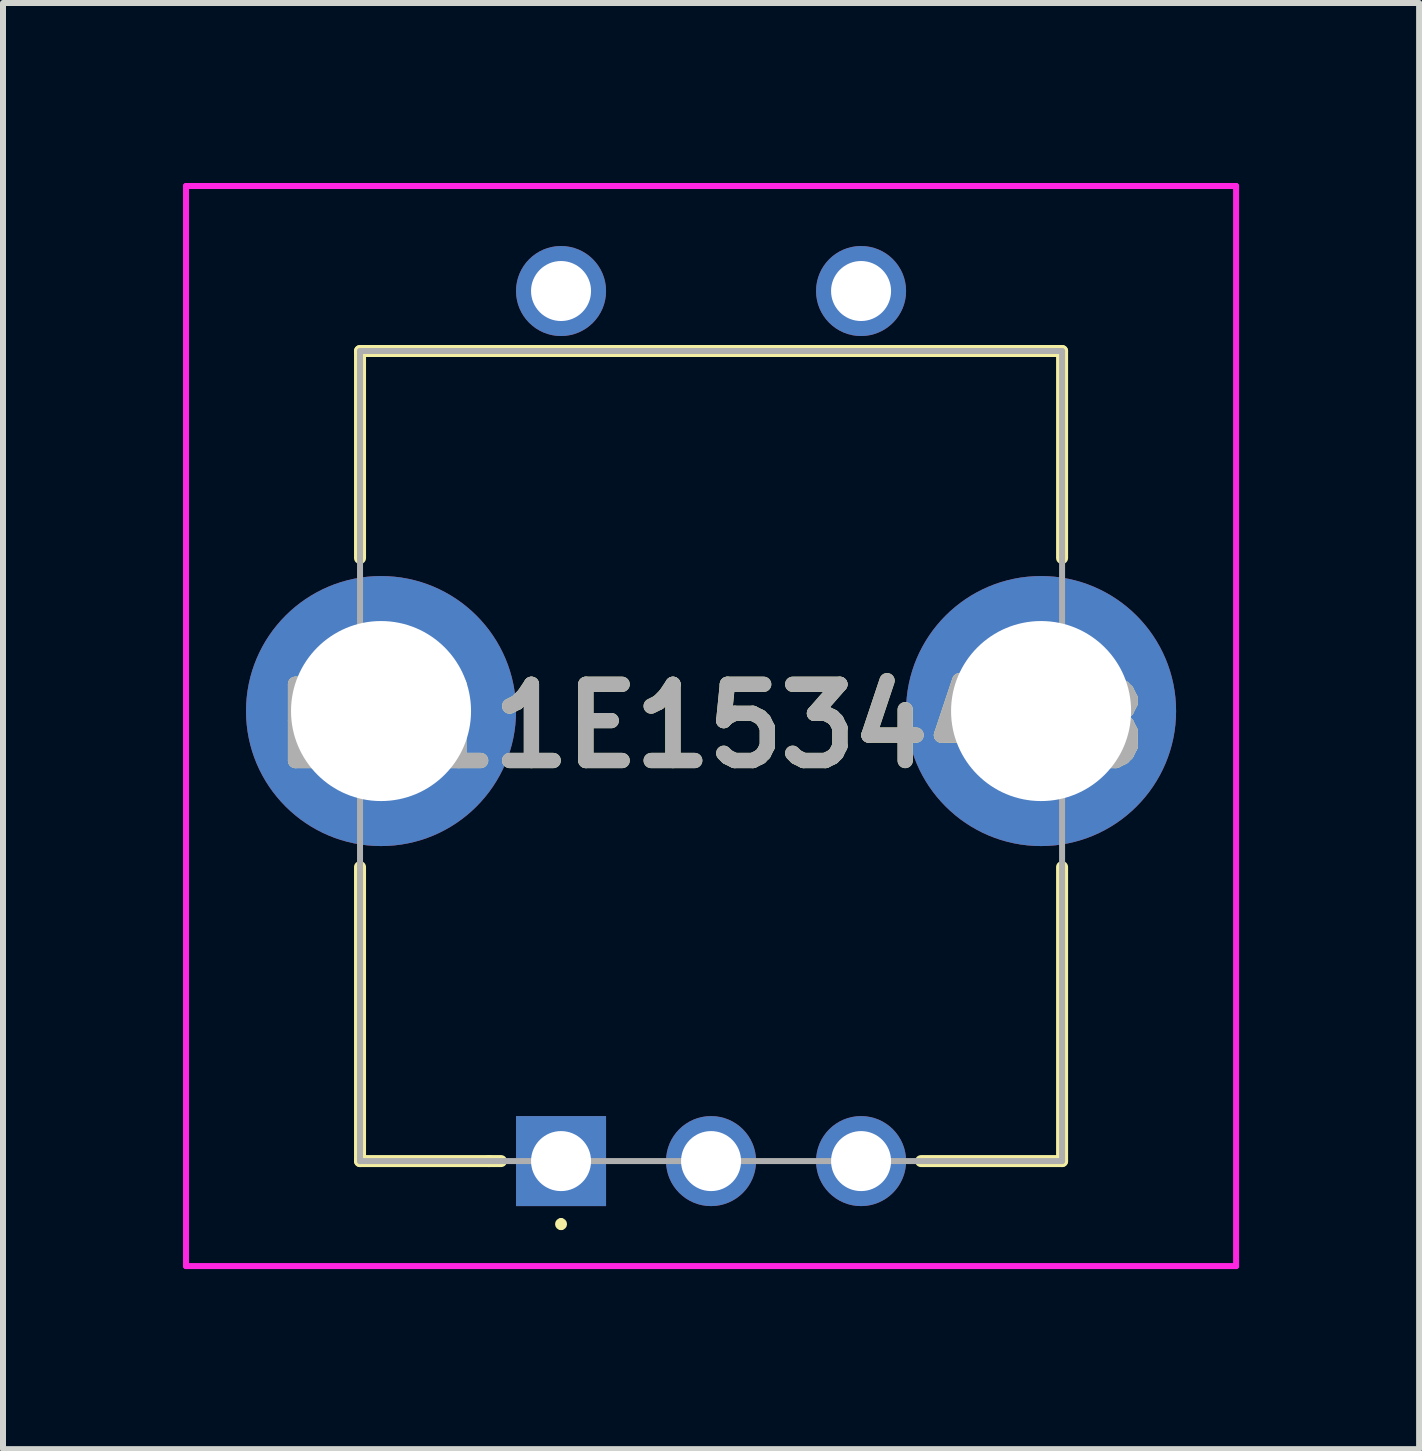
<source format=kicad_pcb>
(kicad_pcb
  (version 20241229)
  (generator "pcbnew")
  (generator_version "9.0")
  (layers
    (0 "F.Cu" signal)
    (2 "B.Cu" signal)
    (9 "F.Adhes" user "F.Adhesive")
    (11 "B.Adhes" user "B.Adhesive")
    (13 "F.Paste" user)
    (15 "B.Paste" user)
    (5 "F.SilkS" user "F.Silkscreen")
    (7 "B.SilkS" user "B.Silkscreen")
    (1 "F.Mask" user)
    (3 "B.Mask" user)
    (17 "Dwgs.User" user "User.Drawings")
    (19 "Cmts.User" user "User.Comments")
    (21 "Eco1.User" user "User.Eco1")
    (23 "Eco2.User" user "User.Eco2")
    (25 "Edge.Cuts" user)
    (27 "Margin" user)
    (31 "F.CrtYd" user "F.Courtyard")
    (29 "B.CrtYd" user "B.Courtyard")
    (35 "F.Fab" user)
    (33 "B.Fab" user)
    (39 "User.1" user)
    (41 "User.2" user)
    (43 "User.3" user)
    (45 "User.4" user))
  (footprint "EC11E1534408"
    (layer "F.Cu")
    (at 6.3 16.3)
    (property "Reference" "EC11E1534408" (at 2.5 -7.25 0) (layer "F.SilkS") (effects (font (size 1.27 1.27) (thickness 0.254))))
    (attr through_hole)
    (fp_line (start -3.35 -13.5) (end 8.35 -13.5) (stroke (width 0.2) (type solid)) (layer "F.SilkS"))
    (fp_line (start -3.35 -10.05) (end -3.35 -13.5) (stroke (width 0.2) (type solid)) (layer "F.SilkS"))
    (fp_line (start -3.35 -4.9) (end -3.35 0) (stroke (width 0.2) (type solid)) (layer "F.SilkS"))
    (fp_line (start -3.35 0) (end -1.2 0) (stroke (width 0.2) (type solid)) (layer "F.SilkS"))
    (fp_line (start -1.2 0) (end -1 0) (stroke (width 0.2) (type solid)) (layer "F.SilkS"))
    (fp_line (start 0 1) (end 0 1) (stroke (width 0.1) (type solid)) (layer "F.SilkS"))
    (fp_line (start 0 1.1) (end 0 1.1) (stroke (width 0.1) (type solid)) (layer "F.SilkS"))
    (fp_line (start 8.35 -13.5) (end 8.35 -10.05) (stroke (width 0.2) (type solid)) (layer "F.SilkS"))
    (fp_line (start 8.35 -4.9) (end 8.35 0) (stroke (width 0.2) (type solid)) (layer "F.SilkS"))
    (fp_line (start 8.35 0) (end 6 0) (stroke (width 0.2) (type solid)) (layer "F.SilkS"))
    (fp_arc (start 0 1) (mid 0.05 1.05) (end 0 1.1) (stroke (width 0.1) (type solid)) (layer "F.SilkS"))
    (fp_arc (start 0 1.1) (mid -0.05 1.05) (end 0 1) (stroke (width 0.1) (type solid)) (layer "F.SilkS"))
    (fp_line (start -6.25 -16.25) (end 11.25 -16.25) (stroke (width 0.1) (type solid)) (layer "F.CrtYd"))
    (fp_line (start -6.25 1.75) (end -6.25 -16.25) (stroke (width 0.1) (type solid)) (layer "F.CrtYd"))
    (fp_line (start 11.25 -16.25) (end 11.25 1.75) (stroke (width 0.1) (type solid)) (layer "F.CrtYd"))
    (fp_line (start 11.25 1.75) (end -6.25 1.75) (stroke (width 0.1) (type solid)) (layer "F.CrtYd"))
    (fp_line (start -3.35 -13.5) (end 8.35 -13.5) (stroke (width 0.1) (type solid)) (layer "F.Fab"))
    (fp_line (start -3.35 0) (end -3.35 -13.5) (stroke (width 0.1) (type solid)) (layer "F.Fab"))
    (fp_line (start 8.35 -13.5) (end 8.35 0) (stroke (width 0.1) (type solid)) (layer "F.Fab"))
    (fp_line (start 8.35 0) (end -3.35 0) (stroke (width 0.1) (type solid)) (layer "F.Fab"))
    (fp_text user "${REFERENCE}" (at 2.5 -7.25 0) (layer "F.Fab") (effects (font (size 1.27 1.27) (thickness 0.254))))
    (pad "A1" thru_hole rect (at 0 0) (size 1.5 1.5) (drill 1) (layers "*.Cu" "*.Mask"))
    (pad "B1" thru_hole circle (at 5 0) (size 1.5 1.5) (drill 1) (layers "*.Cu" "*.Mask"))
    (pad "C1" thru_hole circle (at 2.5 0) (size 1.5 1.5) (drill 1) (layers "*.Cu" "*.Mask"))
    (pad "D1" thru_hole circle (at 0 -14.5) (size 1.5 1.5) (drill 1) (layers "*.Cu" "*.Mask"))
    (pad "E1" thru_hole circle (at 5 -14.5) (size 1.5 1.5) (drill 1) (layers "*.Cu" "*.Mask"))
    (pad "MH1" thru_hole circle (at -3 -7.5) (size 4.5 4.5) (drill 3) (layers "*.Cu" "*.Mask"))
    (pad "MH2" thru_hole circle (at 8 -7.5) (size 4.5 4.5) (drill 3) (layers "*.Cu" "*.Mask")))
  (gr_rect
    (start -3 -3)
    (end 20.6 21.1)
    (stroke (width 0.1) (type default))
    (fill no)
    (layer "Edge.Cuts")))
</source>
